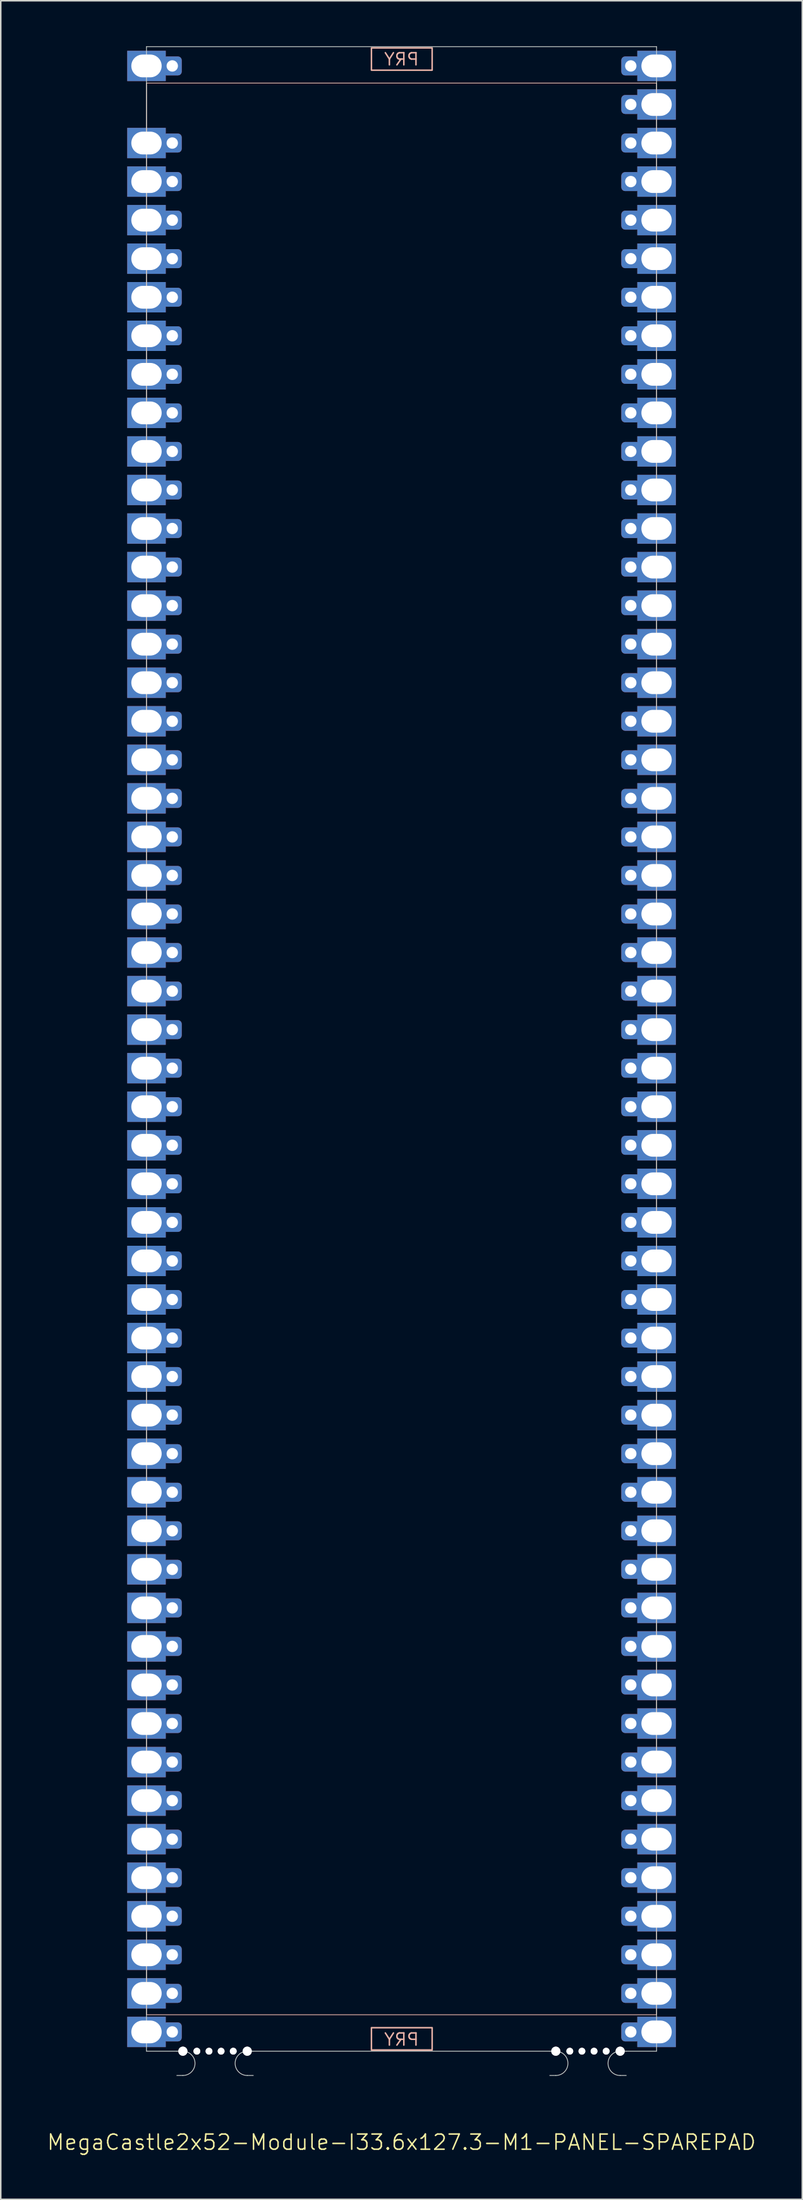
<source format=kicad_pcb>
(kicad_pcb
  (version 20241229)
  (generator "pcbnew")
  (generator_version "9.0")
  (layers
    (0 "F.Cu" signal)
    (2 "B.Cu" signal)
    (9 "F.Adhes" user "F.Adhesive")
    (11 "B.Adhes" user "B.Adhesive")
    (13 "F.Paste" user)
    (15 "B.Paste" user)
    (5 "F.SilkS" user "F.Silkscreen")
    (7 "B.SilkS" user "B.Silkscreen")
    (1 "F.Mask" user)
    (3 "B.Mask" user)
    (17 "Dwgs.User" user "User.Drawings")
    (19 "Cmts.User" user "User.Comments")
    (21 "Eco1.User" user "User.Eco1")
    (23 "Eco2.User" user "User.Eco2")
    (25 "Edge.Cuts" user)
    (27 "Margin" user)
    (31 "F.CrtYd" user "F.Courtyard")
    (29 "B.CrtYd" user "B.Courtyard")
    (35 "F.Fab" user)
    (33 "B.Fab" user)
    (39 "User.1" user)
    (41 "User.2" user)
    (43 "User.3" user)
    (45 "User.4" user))
  (footprint "MegaCastle2x52-Module-I33.6x127.3-M1-PANEL-SPAREPAD"
    (layer "F.Cu")
    (at 23.431 66.065)
    (property "Reference" "MegaCastle2x52-Module-I33.6x127.3-M1-PANEL-SPAREPAD" (at 0 72.04 0) (unlocked yes) (layer "F.SilkS") (effects (font (size 1 1) (thickness 0.1))))
    (attr smd)
    (fp_rect (start -16.82 63.64) (end 16.82 -63.64) (stroke (width 0.05) (type default)) (fill no) (layer "B.SilkS"))
    (fp_rect (start -1.984 -64.491) (end 2.02 -65.96) (stroke (width 0.1) (type default)) (fill no) (layer "B.SilkS"))
    (fp_rect (start -1.984 64.491) (end 2.02 65.96) (stroke (width 0.1) (type default)) (fill no) (layer "B.SilkS"))
    (fp_line (start -16.82 -66.04) (end -16.82 66.04) (stroke (width 0.05) (type default)) (layer "Edge.Cuts"))
    (fp_line (start -16.82 -66.04) (end 16.82 -66.04) (stroke (width 0.05) (type default)) (layer "Edge.Cuts"))
    (fp_line (start -16.82 66.04) (end -14.82 66.04) (stroke (width 0.05) (type default)) (layer "Edge.Cuts"))
    (fp_line (start -14.82 66.04) (end -14.42 66.04) (stroke (width 0.05) (type default)) (layer "Edge.Cuts"))
    (fp_line (start -14.82 67.64) (end -14.42 67.64) (stroke (width 0.05) (type default)) (layer "Edge.Cuts"))
    (fp_line (start -9.775 66.04) (end -10.175 66.04) (stroke (width 0.05) (type default)) (layer "Edge.Cuts"))
    (fp_line (start -9.775 66.04) (end 9.775 66.04) (stroke (width 0.05) (type default)) (layer "Edge.Cuts"))
    (fp_line (start -9.775 67.64) (end -10.175 67.64) (stroke (width 0.05) (type default)) (layer "Edge.Cuts"))
    (fp_line (start 9.775 66.04) (end 10.175 66.04) (stroke (width 0.05) (type default)) (layer "Edge.Cuts"))
    (fp_line (start 9.775 67.64) (end 10.175 67.64) (stroke (width 0.05) (type default)) (layer "Edge.Cuts"))
    (fp_line (start 14.82 66.04) (end 14.42 66.04) (stroke (width 0.05) (type default)) (layer "Edge.Cuts"))
    (fp_line (start 14.82 66.04) (end 16.82 66.04) (stroke (width 0.05) (type default)) (layer "Edge.Cuts"))
    (fp_line (start 14.82 67.64) (end 14.42 67.64) (stroke (width 0.05) (type default)) (layer "Edge.Cuts"))
    (fp_line (start 16.82 -66.04) (end 16.82 66.04) (stroke (width 0.05) (type default)) (layer "Edge.Cuts"))
    (fp_arc (start -14.42 66.040001) (mid -13.62 66.839996) (end -14.42 67.639999) (stroke (width 0.05) (type default)) (layer "Edge.Cuts"))
    (fp_arc (start -10.174999 67.639999) (mid -10.974999 66.84) (end -10.174999 66.040001) (stroke (width 0.05) (type default)) (layer "Edge.Cuts"))
    (fp_arc (start 10.174999 66.040001) (mid 10.974999 66.839996) (end 10.174999 67.639999) (stroke (width 0.05) (type default)) (layer "Edge.Cuts"))
    (fp_arc (start 14.42 67.639999) (mid 13.620001 66.84) (end 14.42 66.040001) (stroke (width 0.05) (type default)) (layer "Edge.Cuts"))
    (fp_text user "PRY" (at 0 65.74 0) (unlocked yes) (layer "B.SilkS") (effects (font (size 0.8 0.8) (thickness 0.1)) (justify bottom mirror)))
    (fp_text user "PRY" (at 0 -64.74 0) (unlocked yes) (layer "B.SilkS") (effects (font (size 0.8 0.8) (thickness 0.1)) (justify bottom mirror)))
    (pad "" np_thru_hole circle (at -14.42 66.04) (size 0.6 0.6) (drill 0.6) (layers "*.Cu" "Edge.Cuts"))
    (pad "" np_thru_hole circle (at -13.497 66.04) (size 0.45 0.45) (drill 0.45) (layers "*.Cu" "Edge.Cuts"))
    (pad "" np_thru_hole circle (at -12.697 66.04) (size 0.45 0.45) (drill 0.45) (layers "*.Cu" "Edge.Cuts"))
    (pad "" np_thru_hole circle (at -11.898 66.04) (size 0.45 0.45) (drill 0.45) (layers "*.Cu" "Edge.Cuts"))
    (pad "" np_thru_hole circle (at -11.098 66.04) (size 0.45 0.45) (drill 0.45) (layers "*.Cu" "Edge.Cuts"))
    (pad "" np_thru_hole circle (at -10.175 66.04) (size 0.6 0.6) (drill 0.6) (layers "*.Cu" "Edge.Cuts"))
    (pad "" np_thru_hole circle (at 10.175 66.04) (size 0.6 0.6) (drill 0.6) (layers "*.Cu" "Edge.Cuts"))
    (pad "" np_thru_hole circle (at 11.098 66.04) (size 0.45 0.45) (drill 0.45) (layers "*.Cu" "Edge.Cuts"))
    (pad "" np_thru_hole circle (at 11.897 66.04) (size 0.45 0.45) (drill 0.45) (layers "*.Cu" "Edge.Cuts"))
    (pad "" np_thru_hole circle (at 12.697 66.04) (size 0.45 0.45) (drill 0.45) (layers "*.Cu" "Edge.Cuts"))
    (pad "" np_thru_hole circle (at 13.497 66.04) (size 0.45 0.45) (drill 0.45) (layers "*.Cu" "Edge.Cuts"))
    (pad "" np_thru_hole circle (at 14.42 66.04) (size 0.6 0.6) (drill 0.6) (layers "*.Cu" "Edge.Cuts"))
    (pad "1" thru_hole rect (at -16.82 -64.77) (size 2.54 2) (drill oval 2 1.5) (property pad_prop_castellated) (layers "*.Cu" "*.Mask"))
    (pad "1" thru_hole roundrect (at -15.12 -64.77 180) (size 1.25 1.25) (drill 0.75) (layers "*.Cu" "*.Mask") (roundrect_rratio 0.2))
    (pad "3" thru_hole rect (at -16.82 -59.69) (size 2.54 2) (drill oval 2 1.5) (property pad_prop_castellated) (layers "*.Cu" "*.Mask"))
    (pad "3" thru_hole roundrect (at -15.12 -59.69 180) (size 1.25 1.25) (drill 0.75) (layers "*.Cu" "*.Mask") (roundrect_rratio 0.2))
    (pad "4" thru_hole rect (at -16.82 -57.15) (size 2.54 2) (drill oval 2 1.5) (property pad_prop_castellated) (layers "*.Cu" "*.Mask"))
    (pad "4" thru_hole roundrect (at -15.12 -57.15 180) (size 1.25 1.25) (drill 0.75) (layers "*.Cu" "*.Mask") (roundrect_rratio 0.2))
    (pad "5" thru_hole rect (at -16.82 -54.61) (size 2.54 2) (drill oval 2 1.5) (property pad_prop_castellated) (layers "*.Cu" "*.Mask"))
    (pad "5" thru_hole roundrect (at -15.12 -54.61 180) (size 1.25 1.25) (drill 0.75) (layers "*.Cu" "*.Mask") (roundrect_rratio 0.2))
    (pad "6" thru_hole rect (at -16.82 -52.07) (size 2.54 2) (drill oval 2 1.5) (property pad_prop_castellated) (layers "*.Cu" "*.Mask"))
    (pad "6" thru_hole roundrect (at -15.12 -52.07 180) (size 1.25 1.25) (drill 0.75) (layers "*.Cu" "*.Mask") (roundrect_rratio 0.2))
    (pad "7" thru_hole rect (at -16.82 -49.53) (size 2.54 2) (drill oval 2 1.5) (property pad_prop_castellated) (layers "*.Cu" "*.Mask"))
    (pad "7" thru_hole roundrect (at -15.12 -49.53 180) (size 1.25 1.25) (drill 0.75) (layers "*.Cu" "*.Mask") (roundrect_rratio 0.2))
    (pad "8" thru_hole rect (at -16.82 -46.99) (size 2.54 2) (drill oval 2 1.5) (property pad_prop_castellated) (layers "*.Cu" "*.Mask"))
    (pad "8" thru_hole roundrect (at -15.12 -46.99 180) (size 1.25 1.25) (drill 0.75) (layers "*.Cu" "*.Mask") (roundrect_rratio 0.2))
    (pad "9" thru_hole rect (at -16.82 -44.45) (size 2.54 2) (drill oval 2 1.5) (property pad_prop_castellated) (layers "*.Cu" "*.Mask"))
    (pad "9" thru_hole roundrect (at -15.12 -44.45 180) (size 1.25 1.25) (drill 0.75) (layers "*.Cu" "*.Mask") (roundrect_rratio 0.2))
    (pad "10" thru_hole rect (at -16.82 -41.91) (size 2.54 2) (drill oval 2 1.5) (property pad_prop_castellated) (layers "*.Cu" "*.Mask"))
    (pad "10" thru_hole roundrect (at -15.12 -41.91 180) (size 1.25 1.25) (drill 0.75) (layers "*.Cu" "*.Mask") (roundrect_rratio 0.2))
    (pad "11" thru_hole rect (at -16.82 -39.37) (size 2.54 2) (drill oval 2 1.5) (property pad_prop_castellated) (layers "*.Cu" "*.Mask"))
    (pad "11" thru_hole roundrect (at -15.12 -39.37 180) (size 1.25 1.25) (drill 0.75) (layers "*.Cu" "*.Mask") (roundrect_rratio 0.2))
    (pad "12" thru_hole rect (at -16.82 -36.83) (size 2.54 2) (drill oval 2 1.5) (property pad_prop_castellated) (layers "*.Cu" "*.Mask"))
    (pad "12" thru_hole roundrect (at -15.12 -36.83 180) (size 1.25 1.25) (drill 0.75) (layers "*.Cu" "*.Mask") (roundrect_rratio 0.2))
    (pad "13" thru_hole rect (at -16.82 -34.29) (size 2.54 2) (drill oval 2 1.5) (property pad_prop_castellated) (layers "*.Cu" "*.Mask"))
    (pad "13" thru_hole roundrect (at -15.12 -34.29 180) (size 1.25 1.25) (drill 0.75) (layers "*.Cu" "*.Mask") (roundrect_rratio 0.2))
    (pad "14" thru_hole rect (at -16.82 -31.75) (size 2.54 2) (drill oval 2 1.5) (property pad_prop_castellated) (layers "*.Cu" "*.Mask"))
    (pad "14" thru_hole roundrect (at -15.12 -31.75 180) (size 1.25 1.25) (drill 0.75) (layers "*.Cu" "*.Mask") (roundrect_rratio 0.2))
    (pad "15" thru_hole rect (at -16.82 -29.21) (size 2.54 2) (drill oval 2 1.5) (property pad_prop_castellated) (layers "*.Cu" "*.Mask"))
    (pad "15" thru_hole roundrect (at -15.12 -29.21 180) (size 1.25 1.25) (drill 0.75) (layers "*.Cu" "*.Mask") (roundrect_rratio 0.2))
    (pad "16" thru_hole rect (at -16.82 -26.67) (size 2.54 2) (drill oval 2 1.5) (property pad_prop_castellated) (layers "*.Cu" "*.Mask"))
    (pad "16" thru_hole roundrect (at -15.12 -26.67 180) (size 1.25 1.25) (drill 0.75) (layers "*.Cu" "*.Mask") (roundrect_rratio 0.2))
    (pad "17" thru_hole rect (at -16.82 -24.13) (size 2.54 2) (drill oval 2 1.5) (property pad_prop_castellated) (layers "*.Cu" "*.Mask"))
    (pad "17" thru_hole roundrect (at -15.12 -24.13 180) (size 1.25 1.25) (drill 0.75) (layers "*.Cu" "*.Mask") (roundrect_rratio 0.2))
    (pad "18" thru_hole rect (at -16.82 -21.59) (size 2.54 2) (drill oval 2 1.5) (property pad_prop_castellated) (layers "*.Cu" "*.Mask"))
    (pad "18" thru_hole roundrect (at -15.12 -21.59 180) (size 1.25 1.25) (drill 0.75) (layers "*.Cu" "*.Mask") (roundrect_rratio 0.2))
    (pad "19" thru_hole rect (at -16.82 -19.05) (size 2.54 2) (drill oval 2 1.5) (property pad_prop_castellated) (layers "*.Cu" "*.Mask"))
    (pad "19" thru_hole roundrect (at -15.12 -19.05 180) (size 1.25 1.25) (drill 0.75) (layers "*.Cu" "*.Mask") (roundrect_rratio 0.2))
    (pad "20" thru_hole rect (at -16.82 -16.51) (size 2.54 2) (drill oval 2 1.5) (property pad_prop_castellated) (layers "*.Cu" "*.Mask"))
    (pad "20" thru_hole roundrect (at -15.12 -16.51 180) (size 1.25 1.25) (drill 0.75) (layers "*.Cu" "*.Mask") (roundrect_rratio 0.2))
    (pad "21" thru_hole rect (at -16.82 -13.97) (size 2.54 2) (drill oval 2 1.5) (property pad_prop_castellated) (layers "*.Cu" "*.Mask"))
    (pad "21" thru_hole roundrect (at -15.12 -13.97 180) (size 1.25 1.25) (drill 0.75) (layers "*.Cu" "*.Mask") (roundrect_rratio 0.2))
    (pad "22" thru_hole rect (at -16.82 -11.43) (size 2.54 2) (drill oval 2 1.5) (property pad_prop_castellated) (layers "*.Cu" "*.Mask"))
    (pad "22" thru_hole roundrect (at -15.12 -11.43 180) (size 1.25 1.25) (drill 0.75) (layers "*.Cu" "*.Mask") (roundrect_rratio 0.2))
    (pad "23" thru_hole rect (at -16.82 -8.89) (size 2.54 2) (drill oval 2 1.5) (property pad_prop_castellated) (layers "*.Cu" "*.Mask"))
    (pad "23" thru_hole roundrect (at -15.12 -8.89 180) (size 1.25 1.25) (drill 0.75) (layers "*.Cu" "*.Mask") (roundrect_rratio 0.2))
    (pad "24" thru_hole rect (at -16.82 -6.35) (size 2.54 2) (drill oval 2 1.5) (property pad_prop_castellated) (layers "*.Cu" "*.Mask"))
    (pad "24" thru_hole roundrect (at -15.12 -6.35 180) (size 1.25 1.25) (drill 0.75) (layers "*.Cu" "*.Mask") (roundrect_rratio 0.2))
    (pad "25" thru_hole rect (at -16.82 -3.81) (size 2.54 2) (drill oval 2 1.5) (property pad_prop_castellated) (layers "*.Cu" "*.Mask"))
    (pad "25" thru_hole roundrect (at -15.12 -3.81 180) (size 1.25 1.25) (drill 0.75) (layers "*.Cu" "*.Mask") (roundrect_rratio 0.2))
    (pad "26" thru_hole rect (at -16.82 -1.27) (size 2.54 2) (drill oval 2 1.5) (property pad_prop_castellated) (layers "*.Cu" "*.Mask"))
    (pad "26" thru_hole roundrect (at -15.12 -1.27 180) (size 1.25 1.25) (drill 0.75) (layers "*.Cu" "*.Mask") (roundrect_rratio 0.2))
    (pad "27" thru_hole rect (at -16.82 1.27) (size 2.54 2) (drill oval 2 1.5) (property pad_prop_castellated) (layers "*.Cu" "*.Mask"))
    (pad "27" thru_hole roundrect (at -15.12 1.27 180) (size 1.25 1.25) (drill 0.75) (layers "*.Cu" "*.Mask") (roundrect_rratio 0.2))
    (pad "28" thru_hole rect (at -16.82 3.81) (size 2.54 2) (drill oval 2 1.5) (property pad_prop_castellated) (layers "*.Cu" "*.Mask"))
    (pad "28" thru_hole roundrect (at -15.12 3.81 180) (size 1.25 1.25) (drill 0.75) (layers "*.Cu" "*.Mask") (roundrect_rratio 0.2))
    (pad "29" thru_hole rect (at -16.82 6.35) (size 2.54 2) (drill oval 2 1.5) (property pad_prop_castellated) (layers "*.Cu" "*.Mask"))
    (pad "29" thru_hole roundrect (at -15.12 6.35 180) (size 1.25 1.25) (drill 0.75) (layers "*.Cu" "*.Mask") (roundrect_rratio 0.2))
    (pad "30" thru_hole rect (at -16.82 8.89) (size 2.54 2) (drill oval 2 1.5) (property pad_prop_castellated) (layers "*.Cu" "*.Mask"))
    (pad "30" thru_hole roundrect (at -15.12 8.89 180) (size 1.25 1.25) (drill 0.75) (layers "*.Cu" "*.Mask") (roundrect_rratio 0.2))
    (pad "31" thru_hole rect (at -16.82 11.43) (size 2.54 2) (drill oval 2 1.5) (property pad_prop_castellated) (layers "*.Cu" "*.Mask"))
    (pad "31" thru_hole roundrect (at -15.12 11.43 180) (size 1.25 1.25) (drill 0.75) (layers "*.Cu" "*.Mask") (roundrect_rratio 0.2))
    (pad "32" thru_hole rect (at -16.82 13.97) (size 2.54 2) (drill oval 2 1.5) (property pad_prop_castellated) (layers "*.Cu" "*.Mask"))
    (pad "32" thru_hole roundrect (at -15.12 13.97 180) (size 1.25 1.25) (drill 0.75) (layers "*.Cu" "*.Mask") (roundrect_rratio 0.2))
    (pad "33" thru_hole rect (at -16.82 16.51) (size 2.54 2) (drill oval 2 1.5) (property pad_prop_castellated) (layers "*.Cu" "*.Mask"))
    (pad "33" thru_hole roundrect (at -15.12 16.51 180) (size 1.25 1.25) (drill 0.75) (layers "*.Cu" "*.Mask") (roundrect_rratio 0.2))
    (pad "34" thru_hole rect (at -16.82 19.05) (size 2.54 2) (drill oval 2 1.5) (property pad_prop_castellated) (layers "*.Cu" "*.Mask"))
    (pad "34" thru_hole roundrect (at -15.12 19.05 180) (size 1.25 1.25) (drill 0.75) (layers "*.Cu" "*.Mask") (roundrect_rratio 0.2))
    (pad "35" thru_hole rect (at -16.82 21.59) (size 2.54 2) (drill oval 2 1.5) (property pad_prop_castellated) (layers "*.Cu" "*.Mask"))
    (pad "35" thru_hole roundrect (at -15.12 21.59 180) (size 1.25 1.25) (drill 0.75) (layers "*.Cu" "*.Mask") (roundrect_rratio 0.2))
    (pad "36" thru_hole rect (at -16.82 24.13) (size 2.54 2) (drill oval 2 1.5) (property pad_prop_castellated) (layers "*.Cu" "*.Mask"))
    (pad "36" thru_hole roundrect (at -15.12 24.13 180) (size 1.25 1.25) (drill 0.75) (layers "*.Cu" "*.Mask") (roundrect_rratio 0.2))
    (pad "37" thru_hole rect (at -16.82 26.67) (size 2.54 2) (drill oval 2 1.5) (property pad_prop_castellated) (layers "*.Cu" "*.Mask"))
    (pad "37" thru_hole roundrect (at -15.12 26.67 180) (size 1.25 1.25) (drill 0.75) (layers "*.Cu" "*.Mask") (roundrect_rratio 0.2))
    (pad "38" thru_hole rect (at -16.82 29.21) (size 2.54 2) (drill oval 2 1.5) (property pad_prop_castellated) (layers "*.Cu" "*.Mask"))
    (pad "38" thru_hole roundrect (at -15.12 29.21 180) (size 1.25 1.25) (drill 0.75) (layers "*.Cu" "*.Mask") (roundrect_rratio 0.2))
    (pad "39" thru_hole rect (at -16.82 31.75) (size 2.54 2) (drill oval 2 1.5) (property pad_prop_castellated) (layers "*.Cu" "*.Mask"))
    (pad "39" thru_hole roundrect (at -15.12 31.75 180) (size 1.25 1.25) (drill 0.75) (layers "*.Cu" "*.Mask") (roundrect_rratio 0.2))
    (pad "40" thru_hole rect (at -16.82 34.29) (size 2.54 2) (drill oval 2 1.5) (property pad_prop_castellated) (layers "*.Cu" "*.Mask"))
    (pad "40" thru_hole roundrect (at -15.12 34.29 180) (size 1.25 1.25) (drill 0.75) (layers "*.Cu" "*.Mask") (roundrect_rratio 0.2))
    (pad "41" thru_hole rect (at -16.82 36.83) (size 2.54 2) (drill oval 2 1.5) (property pad_prop_castellated) (layers "*.Cu" "*.Mask"))
    (pad "41" thru_hole roundrect (at -15.12 36.83 180) (size 1.25 1.25) (drill 0.75) (layers "*.Cu" "*.Mask") (roundrect_rratio 0.2))
    (pad "42" thru_hole rect (at -16.82 39.37) (size 2.54 2) (drill oval 2 1.5) (property pad_prop_castellated) (layers "*.Cu" "*.Mask"))
    (pad "42" thru_hole roundrect (at -15.12 39.37 180) (size 1.25 1.25) (drill 0.75) (layers "*.Cu" "*.Mask") (roundrect_rratio 0.2))
    (pad "43" thru_hole rect (at -16.82 41.91) (size 2.54 2) (drill oval 2 1.5) (property pad_prop_castellated) (layers "*.Cu" "*.Mask"))
    (pad "43" thru_hole roundrect (at -15.12 41.91 180) (size 1.25 1.25) (drill 0.75) (layers "*.Cu" "*.Mask") (roundrect_rratio 0.2))
    (pad "44" thru_hole rect (at -16.82 44.45) (size 2.54 2) (drill oval 2 1.5) (property pad_prop_castellated) (layers "*.Cu" "*.Mask"))
    (pad "44" thru_hole roundrect (at -15.12 44.45 180) (size 1.25 1.25) (drill 0.75) (layers "*.Cu" "*.Mask") (roundrect_rratio 0.2))
    (pad "45" thru_hole rect (at -16.82 46.99) (size 2.54 2) (drill oval 2 1.5) (property pad_prop_castellated) (layers "*.Cu" "*.Mask"))
    (pad "45" thru_hole roundrect (at -15.12 46.99 180) (size 1.25 1.25) (drill 0.75) (layers "*.Cu" "*.Mask") (roundrect_rratio 0.2))
    (pad "46" thru_hole rect (at -16.82 49.53) (size 2.54 2) (drill oval 2 1.5) (property pad_prop_castellated) (layers "*.Cu" "*.Mask"))
    (pad "46" thru_hole roundrect (at -15.12 49.53 180) (size 1.25 1.25) (drill 0.75) (layers "*.Cu" "*.Mask") (roundrect_rratio 0.2))
    (pad "47" thru_hole rect (at -16.82 52.07) (size 2.54 2) (drill oval 2 1.5) (property pad_prop_castellated) (layers "*.Cu" "*.Mask"))
    (pad "47" thru_hole roundrect (at -15.12 52.07 180) (size 1.25 1.25) (drill 0.75) (layers "*.Cu" "*.Mask") (roundrect_rratio 0.2))
    (pad "48" thru_hole rect (at -16.82 54.61) (size 2.54 2) (drill oval 2 1.5) (property pad_prop_castellated) (layers "*.Cu" "*.Mask"))
    (pad "48" thru_hole roundrect (at -15.12 54.61 180) (size 1.25 1.25) (drill 0.75) (layers "*.Cu" "*.Mask") (roundrect_rratio 0.2))
    (pad "49" thru_hole rect (at -16.82 57.15) (size 2.54 2) (drill oval 2 1.5) (property pad_prop_castellated) (layers "*.Cu" "*.Mask"))
    (pad "49" thru_hole roundrect (at -15.12 57.15 180) (size 1.25 1.25) (drill 0.75) (layers "*.Cu" "*.Mask") (roundrect_rratio 0.2))
    (pad "50" thru_hole rect (at -16.82 59.69) (size 2.54 2) (drill oval 2 1.5) (property pad_prop_castellated) (layers "*.Cu" "*.Mask"))
    (pad "50" thru_hole roundrect (at -15.12 59.69 180) (size 1.25 1.25) (drill 0.75) (layers "*.Cu" "*.Mask") (roundrect_rratio 0.2))
    (pad "51" thru_hole rect (at -16.82 62.23) (size 2.54 2) (drill oval 2 1.5) (property pad_prop_castellated) (layers "*.Cu" "*.Mask"))
    (pad "51" thru_hole roundrect (at -15.12 62.23 180) (size 1.25 1.25) (drill 0.75) (layers "*.Cu" "*.Mask") (roundrect_rratio 0.2))
    (pad "52" thru_hole rect (at -16.82 64.77) (size 2.54 2) (drill oval 2 1.5) (property pad_prop_castellated) (layers "*.Cu" "*.Mask"))
    (pad "52" thru_hole roundrect (at -15.12 64.77 180) (size 1.25 1.25) (drill 0.75) (layers "*.Cu" "*.Mask") (roundrect_rratio 0.2))
    (pad "53" thru_hole roundrect (at 15.12 -64.77 180) (size 1.25 1.25) (drill 0.75) (layers "*.Cu" "*.Mask") (roundrect_rratio 0.2))
    (pad "53" thru_hole rect (at 16.82 -64.77) (size 2.54 2) (drill oval 2 1.5) (property pad_prop_castellated) (layers "*.Cu" "*.Mask"))
    (pad "54" thru_hole roundrect (at 15.12 -62.23 180) (size 1.25 1.25) (drill 0.75) (layers "*.Cu" "*.Mask") (roundrect_rratio 0.2))
    (pad "54" thru_hole rect (at 16.82 -62.23) (size 2.54 2) (drill oval 2 1.5) (property pad_prop_castellated) (layers "*.Cu" "*.Mask"))
    (pad "55" thru_hole roundrect (at 15.12 -59.69 180) (size 1.25 1.25) (drill 0.75) (layers "*.Cu" "*.Mask") (roundrect_rratio 0.2))
    (pad "55" thru_hole rect (at 16.82 -59.69) (size 2.54 2) (drill oval 2 1.5) (property pad_prop_castellated) (layers "*.Cu" "*.Mask"))
    (pad "56" thru_hole roundrect (at 15.12 -57.15 180) (size 1.25 1.25) (drill 0.75) (layers "*.Cu" "*.Mask") (roundrect_rratio 0.2))
    (pad "56" thru_hole rect (at 16.82 -57.15) (size 2.54 2) (drill oval 2 1.5) (property pad_prop_castellated) (layers "*.Cu" "*.Mask"))
    (pad "57" thru_hole roundrect (at 15.12 -54.61 180) (size 1.25 1.25) (drill 0.75) (layers "*.Cu" "*.Mask") (roundrect_rratio 0.2))
    (pad "57" thru_hole rect (at 16.82 -54.61) (size 2.54 2) (drill oval 2 1.5) (property pad_prop_castellated) (layers "*.Cu" "*.Mask"))
    (pad "58" thru_hole roundrect (at 15.12 -52.07 180) (size 1.25 1.25) (drill 0.75) (layers "*.Cu" "*.Mask") (roundrect_rratio 0.2))
    (pad "58" thru_hole rect (at 16.82 -52.07) (size 2.54 2) (drill oval 2 1.5) (property pad_prop_castellated) (layers "*.Cu" "*.Mask"))
    (pad "59" thru_hole roundrect (at 15.12 -49.53 180) (size 1.25 1.25) (drill 0.75) (layers "*.Cu" "*.Mask") (roundrect_rratio 0.2))
    (pad "59" thru_hole rect (at 16.82 -49.53) (size 2.54 2) (drill oval 2 1.5) (property pad_prop_castellated) (layers "*.Cu" "*.Mask"))
    (pad "60" thru_hole roundrect (at 15.12 -46.99 180) (size 1.25 1.25) (drill 0.75) (layers "*.Cu" "*.Mask") (roundrect_rratio 0.2))
    (pad "60" thru_hole rect (at 16.82 -46.99) (size 2.54 2) (drill oval 2 1.5) (property pad_prop_castellated) (layers "*.Cu" "*.Mask"))
    (pad "61" thru_hole roundrect (at 15.12 -44.45 180) (size 1.25 1.25) (drill 0.75) (layers "*.Cu" "*.Mask") (roundrect_rratio 0.2))
    (pad "61" thru_hole rect (at 16.82 -44.45) (size 2.54 2) (drill oval 2 1.5) (property pad_prop_castellated) (layers "*.Cu" "*.Mask"))
    (pad "62" thru_hole roundrect (at 15.12 -41.91 180) (size 1.25 1.25) (drill 0.75) (layers "*.Cu" "*.Mask") (roundrect_rratio 0.2))
    (pad "62" thru_hole rect (at 16.82 -41.91) (size 2.54 2) (drill oval 2 1.5) (property pad_prop_castellated) (layers "*.Cu" "*.Mask"))
    (pad "63" thru_hole roundrect (at 15.12 -39.37 180) (size 1.25 1.25) (drill 0.75) (layers "*.Cu" "*.Mask") (roundrect_rratio 0.2))
    (pad "63" thru_hole rect (at 16.82 -39.37) (size 2.54 2) (drill oval 2 1.5) (property pad_prop_castellated) (layers "*.Cu" "*.Mask"))
    (pad "64" thru_hole roundrect (at 15.12 -36.83 180) (size 1.25 1.25) (drill 0.75) (layers "*.Cu" "*.Mask") (roundrect_rratio 0.2))
    (pad "64" thru_hole rect (at 16.82 -36.83) (size 2.54 2) (drill oval 2 1.5) (property pad_prop_castellated) (layers "*.Cu" "*.Mask"))
    (pad "65" thru_hole roundrect (at 15.12 -34.29 180) (size 1.25 1.25) (drill 0.75) (layers "*.Cu" "*.Mask") (roundrect_rratio 0.2))
    (pad "65" thru_hole rect (at 16.82 -34.29) (size 2.54 2) (drill oval 2 1.5) (property pad_prop_castellated) (layers "*.Cu" "*.Mask"))
    (pad "66" thru_hole roundrect (at 15.12 -31.75 180) (size 1.25 1.25) (drill 0.75) (layers "*.Cu" "*.Mask") (roundrect_rratio 0.2))
    (pad "66" thru_hole rect (at 16.82 -31.75) (size 2.54 2) (drill oval 2 1.5) (property pad_prop_castellated) (layers "*.Cu" "*.Mask"))
    (pad "67" thru_hole roundrect (at 15.12 -29.21 180) (size 1.25 1.25) (drill 0.75) (layers "*.Cu" "*.Mask") (roundrect_rratio 0.2))
    (pad "67" thru_hole rect (at 16.82 -29.21) (size 2.54 2) (drill oval 2 1.5) (property pad_prop_castellated) (layers "*.Cu" "*.Mask"))
    (pad "68" thru_hole roundrect (at 15.12 -26.67 180) (size 1.25 1.25) (drill 0.75) (layers "*.Cu" "*.Mask") (roundrect_rratio 0.2))
    (pad "68" thru_hole rect (at 16.82 -26.67) (size 2.54 2) (drill oval 2 1.5) (property pad_prop_castellated) (layers "*.Cu" "*.Mask"))
    (pad "69" thru_hole roundrect (at 15.12 -24.13 180) (size 1.25 1.25) (drill 0.75) (layers "*.Cu" "*.Mask") (roundrect_rratio 0.2))
    (pad "69" thru_hole rect (at 16.82 -24.13) (size 2.54 2) (drill oval 2 1.5) (property pad_prop_castellated) (layers "*.Cu" "*.Mask"))
    (pad "70" thru_hole roundrect (at 15.12 -21.59 180) (size 1.25 1.25) (drill 0.75) (layers "*.Cu" "*.Mask") (roundrect_rratio 0.2))
    (pad "70" thru_hole rect (at 16.82 -21.59) (size 2.54 2) (drill oval 2 1.5) (property pad_prop_castellated) (layers "*.Cu" "*.Mask"))
    (pad "71" thru_hole roundrect (at 15.12 -19.05 180) (size 1.25 1.25) (drill 0.75) (layers "*.Cu" "*.Mask") (roundrect_rratio 0.2))
    (pad "71" thru_hole rect (at 16.82 -19.05) (size 2.54 2) (drill oval 2 1.5) (property pad_prop_castellated) (layers "*.Cu" "*.Mask"))
    (pad "72" thru_hole roundrect (at 15.12 -16.51 180) (size 1.25 1.25) (drill 0.75) (layers "*.Cu" "*.Mask") (roundrect_rratio 0.2))
    (pad "72" thru_hole rect (at 16.82 -16.51) (size 2.54 2) (drill oval 2 1.5) (property pad_prop_castellated) (layers "*.Cu" "*.Mask"))
    (pad "73" thru_hole roundrect (at 15.12 -13.97 180) (size 1.25 1.25) (drill 0.75) (layers "*.Cu" "*.Mask") (roundrect_rratio 0.2))
    (pad "73" thru_hole rect (at 16.82 -13.97) (size 2.54 2) (drill oval 2 1.5) (property pad_prop_castellated) (layers "*.Cu" "*.Mask"))
    (pad "74" thru_hole roundrect (at 15.12 -11.43 180) (size 1.25 1.25) (drill 0.75) (layers "*.Cu" "*.Mask") (roundrect_rratio 0.2))
    (pad "74" thru_hole rect (at 16.82 -11.43) (size 2.54 2) (drill oval 2 1.5) (property pad_prop_castellated) (layers "*.Cu" "*.Mask"))
    (pad "75" thru_hole roundrect (at 15.12 -8.89 180) (size 1.25 1.25) (drill 0.75) (layers "*.Cu" "*.Mask") (roundrect_rratio 0.2))
    (pad "75" thru_hole rect (at 16.82 -8.89) (size 2.54 2) (drill oval 2 1.5) (property pad_prop_castellated) (layers "*.Cu" "*.Mask"))
    (pad "76" thru_hole roundrect (at 15.12 -6.35 180) (size 1.25 1.25) (drill 0.75) (layers "*.Cu" "*.Mask") (roundrect_rratio 0.2))
    (pad "76" thru_hole rect (at 16.82 -6.35) (size 2.54 2) (drill oval 2 1.5) (property pad_prop_castellated) (layers "*.Cu" "*.Mask"))
    (pad "77" thru_hole roundrect (at 15.12 -3.81 180) (size 1.25 1.25) (drill 0.75) (layers "*.Cu" "*.Mask") (roundrect_rratio 0.2))
    (pad "77" thru_hole rect (at 16.82 -3.81) (size 2.54 2) (drill oval 2 1.5) (property pad_prop_castellated) (layers "*.Cu" "*.Mask"))
    (pad "78" thru_hole roundrect (at 15.12 -1.27 180) (size 1.25 1.25) (drill 0.75) (layers "*.Cu" "*.Mask") (roundrect_rratio 0.2))
    (pad "78" thru_hole rect (at 16.82 -1.27) (size 2.54 2) (drill oval 2 1.5) (property pad_prop_castellated) (layers "*.Cu" "*.Mask"))
    (pad "79" thru_hole roundrect (at 15.12 1.27 180) (size 1.25 1.25) (drill 0.75) (layers "*.Cu" "*.Mask") (roundrect_rratio 0.2))
    (pad "79" thru_hole rect (at 16.82 1.27) (size 2.54 2) (drill oval 2 1.5) (property pad_prop_castellated) (layers "*.Cu" "*.Mask"))
    (pad "80" thru_hole roundrect (at 15.12 3.81 180) (size 1.25 1.25) (drill 0.75) (layers "*.Cu" "*.Mask") (roundrect_rratio 0.2))
    (pad "80" thru_hole rect (at 16.82 3.81) (size 2.54 2) (drill oval 2 1.5) (property pad_prop_castellated) (layers "*.Cu" "*.Mask"))
    (pad "81" thru_hole roundrect (at 15.12 6.35 180) (size 1.25 1.25) (drill 0.75) (layers "*.Cu" "*.Mask") (roundrect_rratio 0.2))
    (pad "81" thru_hole rect (at 16.82 6.35) (size 2.54 2) (drill oval 2 1.5) (property pad_prop_castellated) (layers "*.Cu" "*.Mask"))
    (pad "82" thru_hole roundrect (at 15.12 8.89 180) (size 1.25 1.25) (drill 0.75) (layers "*.Cu" "*.Mask") (roundrect_rratio 0.2))
    (pad "82" thru_hole rect (at 16.82 8.89) (size 2.54 2) (drill oval 2 1.5) (property pad_prop_castellated) (layers "*.Cu" "*.Mask"))
    (pad "83" thru_hole roundrect (at 15.12 11.43 180) (size 1.25 1.25) (drill 0.75) (layers "*.Cu" "*.Mask") (roundrect_rratio 0.2))
    (pad "83" thru_hole rect (at 16.82 11.43) (size 2.54 2) (drill oval 2 1.5) (property pad_prop_castellated) (layers "*.Cu" "*.Mask"))
    (pad "84" thru_hole roundrect (at 15.12 13.97 180) (size 1.25 1.25) (drill 0.75) (layers "*.Cu" "*.Mask") (roundrect_rratio 0.2))
    (pad "84" thru_hole rect (at 16.82 13.97) (size 2.54 2) (drill oval 2 1.5) (property pad_prop_castellated) (layers "*.Cu" "*.Mask"))
    (pad "85" thru_hole roundrect (at 15.12 16.51 180) (size 1.25 1.25) (drill 0.75) (layers "*.Cu" "*.Mask") (roundrect_rratio 0.2))
    (pad "85" thru_hole rect (at 16.82 16.51) (size 2.54 2) (drill oval 2 1.5) (property pad_prop_castellated) (layers "*.Cu" "*.Mask"))
    (pad "86" thru_hole roundrect (at 15.12 19.05 180) (size 1.25 1.25) (drill 0.75) (layers "*.Cu" "*.Mask") (roundrect_rratio 0.2))
    (pad "86" thru_hole rect (at 16.82 19.05) (size 2.54 2) (drill oval 2 1.5) (property pad_prop_castellated) (layers "*.Cu" "*.Mask"))
    (pad "87" thru_hole roundrect (at 15.12 21.59 180) (size 1.25 1.25) (drill 0.75) (layers "*.Cu" "*.Mask") (roundrect_rratio 0.2))
    (pad "87" thru_hole rect (at 16.82 21.59) (size 2.54 2) (drill oval 2 1.5) (property pad_prop_castellated) (layers "*.Cu" "*.Mask"))
    (pad "88" thru_hole roundrect (at 15.12 24.13 180) (size 1.25 1.25) (drill 0.75) (layers "*.Cu" "*.Mask") (roundrect_rratio 0.2))
    (pad "88" thru_hole rect (at 16.82 24.13) (size 2.54 2) (drill oval 2 1.5) (property pad_prop_castellated) (layers "*.Cu" "*.Mask"))
    (pad "89" thru_hole roundrect (at 15.12 26.67 180) (size 1.25 1.25) (drill 0.75) (layers "*.Cu" "*.Mask") (roundrect_rratio 0.2))
    (pad "89" thru_hole rect (at 16.82 26.67) (size 2.54 2) (drill oval 2 1.5) (property pad_prop_castellated) (layers "*.Cu" "*.Mask"))
    (pad "90" thru_hole roundrect (at 15.12 29.21 180) (size 1.25 1.25) (drill 0.75) (layers "*.Cu" "*.Mask") (roundrect_rratio 0.2))
    (pad "90" thru_hole rect (at 16.82 29.21) (size 2.54 2) (drill oval 2 1.5) (property pad_prop_castellated) (layers "*.Cu" "*.Mask"))
    (pad "91" thru_hole roundrect (at 15.12 31.75 180) (size 1.25 1.25) (drill 0.75) (layers "*.Cu" "*.Mask") (roundrect_rratio 0.2))
    (pad "91" thru_hole rect (at 16.82 31.75) (size 2.54 2) (drill oval 2 1.5) (property pad_prop_castellated) (layers "*.Cu" "*.Mask"))
    (pad "92" thru_hole roundrect (at 15.12 34.29 180) (size 1.25 1.25) (drill 0.75) (layers "*.Cu" "*.Mask") (roundrect_rratio 0.2))
    (pad "92" thru_hole rect (at 16.82 34.29) (size 2.54 2) (drill oval 2 1.5) (property pad_prop_castellated) (layers "*.Cu" "*.Mask"))
    (pad "93" thru_hole roundrect (at 15.12 36.83 180) (size 1.25 1.25) (drill 0.75) (layers "*.Cu" "*.Mask") (roundrect_rratio 0.2))
    (pad "93" thru_hole rect (at 16.82 36.83) (size 2.54 2) (drill oval 2 1.5) (property pad_prop_castellated) (layers "*.Cu" "*.Mask"))
    (pad "94" thru_hole roundrect (at 15.12 39.37 180) (size 1.25 1.25) (drill 0.75) (layers "*.Cu" "*.Mask") (roundrect_rratio 0.2))
    (pad "94" thru_hole rect (at 16.82 39.37) (size 2.54 2) (drill oval 2 1.5) (property pad_prop_castellated) (layers "*.Cu" "*.Mask"))
    (pad "95" thru_hole roundrect (at 15.12 41.91 180) (size 1.25 1.25) (drill 0.75) (layers "*.Cu" "*.Mask") (roundrect_rratio 0.2))
    (pad "95" thru_hole rect (at 16.82 41.91) (size 2.54 2) (drill oval 2 1.5) (property pad_prop_castellated) (layers "*.Cu" "*.Mask"))
    (pad "96" thru_hole roundrect (at 15.12 44.45 180) (size 1.25 1.25) (drill 0.75) (layers "*.Cu" "*.Mask") (roundrect_rratio 0.2))
    (pad "96" thru_hole rect (at 16.82 44.45) (size 2.54 2) (drill oval 2 1.5) (property pad_prop_castellated) (layers "*.Cu" "*.Mask"))
    (pad "97" thru_hole roundrect (at 15.12 46.99 180) (size 1.25 1.25) (drill 0.75) (layers "*.Cu" "*.Mask") (roundrect_rratio 0.2))
    (pad "97" thru_hole rect (at 16.82 46.99) (size 2.54 2) (drill oval 2 1.5) (property pad_prop_castellated) (layers "*.Cu" "*.Mask"))
    (pad "98" thru_hole roundrect (at 15.12 49.53 180) (size 1.25 1.25) (drill 0.75) (layers "*.Cu" "*.Mask") (roundrect_rratio 0.2))
    (pad "98" thru_hole rect (at 16.82 49.53) (size 2.54 2) (drill oval 2 1.5) (property pad_prop_castellated) (layers "*.Cu" "*.Mask"))
    (pad "99" thru_hole roundrect (at 15.12 52.07 180) (size 1.25 1.25) (drill 0.75) (layers "*.Cu" "*.Mask") (roundrect_rratio 0.2))
    (pad "99" thru_hole rect (at 16.82 52.07) (size 2.54 2) (drill oval 2 1.5) (property pad_prop_castellated) (layers "*.Cu" "*.Mask"))
    (pad "100" thru_hole roundrect (at 15.12 54.61 180) (size 1.25 1.25) (drill 0.75) (layers "*.Cu" "*.Mask") (roundrect_rratio 0.2))
    (pad "100" thru_hole rect (at 16.82 54.61) (size 2.54 2) (drill oval 2 1.5) (property pad_prop_castellated) (layers "*.Cu" "*.Mask"))
    (pad "101" thru_hole roundrect (at 15.12 57.15 180) (size 1.25 1.25) (drill 0.75) (layers "*.Cu" "*.Mask") (roundrect_rratio 0.2))
    (pad "101" thru_hole rect (at 16.82 57.15) (size 2.54 2) (drill oval 2 1.5) (property pad_prop_castellated) (layers "*.Cu" "*.Mask"))
    (pad "102" thru_hole roundrect (at 15.12 59.69 180) (size 1.25 1.25) (drill 0.75) (layers "*.Cu" "*.Mask") (roundrect_rratio 0.2))
    (pad "102" thru_hole rect (at 16.82 59.69) (size 2.54 2) (drill oval 2 1.5) (property pad_prop_castellated) (layers "*.Cu" "*.Mask"))
    (pad "103" thru_hole roundrect (at 15.12 62.23 180) (size 1.25 1.25) (drill 0.75) (layers "*.Cu" "*.Mask") (roundrect_rratio 0.2))
    (pad "103" thru_hole rect (at 16.82 62.23) (size 2.54 2) (drill oval 2 1.5) (property pad_prop_castellated) (layers "*.Cu" "*.Mask"))
    (pad "104" thru_hole roundrect (at 15.12 64.77 180) (size 1.25 1.25) (drill 0.75) (layers "*.Cu" "*.Mask") (roundrect_rratio 0.2))
    (pad "104" thru_hole rect (at 16.82 64.77) (size 2.54 2) (drill oval 2 1.5) (property pad_prop_castellated) (layers "*.Cu" "*.Mask"))
    (zone (net_name "") (layer "B.Cu") (hatch edge 0.5) (connect_pads) (min_thickness 0.25) (filled_areas_thickness no) (keepout (tracks allowed) (vias allowed) (pads allowed) (copperpour allowed) (footprints not_allowed)) (placement (enabled no)) (fill) (polygon (pts (xy 6.611 132.105) (xy 6.611 0.025))))
    (zone (net_name "") (layer "B.Cu") (hatch edge 0.5) (connect_pads) (min_thickness 0.25) (filled_areas_thickness no) (keepout (tracks allowed) (vias allowed) (pads allowed) (copperpour allowed) (footprints not_allowed)) (placement (enabled no)) (fill) (polygon (pts (xy 40.251 132.105) (xy 40.251 0.025))))
    (zone (net_name "") (layer "B.Cu") (hatch edge 0.5) (connect_pads) (min_thickness 0.25) (filled_areas_thickness no) (keepout (tracks allowed) (vias allowed) (pads allowed) (copperpour allowed) (footprints not_allowed)) (placement (enabled no)) (fill) (polygon (pts (xy 6.611 0.025) (xy 6.611 2.425) (xy 40.251 2.425) (xy 40.251 0.025))))
    (zone (net_name "") (layer "B.Cu") (hatch edge 0.5) (connect_pads) (min_thickness 0.25) (filled_areas_thickness no) (keepout (tracks allowed) (vias allowed) (pads allowed) (copperpour allowed) (footprints not_allowed)) (placement (enabled no)) (fill) (polygon (pts (xy 6.611 132.105) (xy 6.611 129.705) (xy 40.251 129.705) (xy 40.251 132.105))))
    (zone (net_name "") (layer "B.Cu") (name "Upper Pry Zone") (hatch edge 0.5) (connect_pads) (min_thickness 0.25) (filled_areas_thickness no) (keepout (tracks not_allowed) (vias not_allowed) (pads not_allowed) (copperpour allowed) (footprints not_allowed)) (placement (enabled no)) (fill) (polygon (pts (xy 21.447 1.574) (xy 21.447 0.105) (xy 25.45 0.105) (xy 25.45 1.574))))
    (zone (net_name "") (layer "B.Cu") (name "Upper Pry Zone") (hatch edge 0.5) (connect_pads) (min_thickness 0.25) (filled_areas_thickness no) (keepout (tracks not_allowed) (vias not_allowed) (pads not_allowed) (copperpour allowed) (footprints not_allowed)) (placement (enabled no)) (fill) (polygon (pts (xy 21.447 130.556) (xy 21.447 132.025) (xy 25.45 132.025) (xy 25.45 130.556)))))
  (gr_rect
    (start -3 -3)
    (end 49.862 141.866)
    (stroke (width 0.1) (type default))
    (fill no)
    (layer "Edge.Cuts")))
</source>
